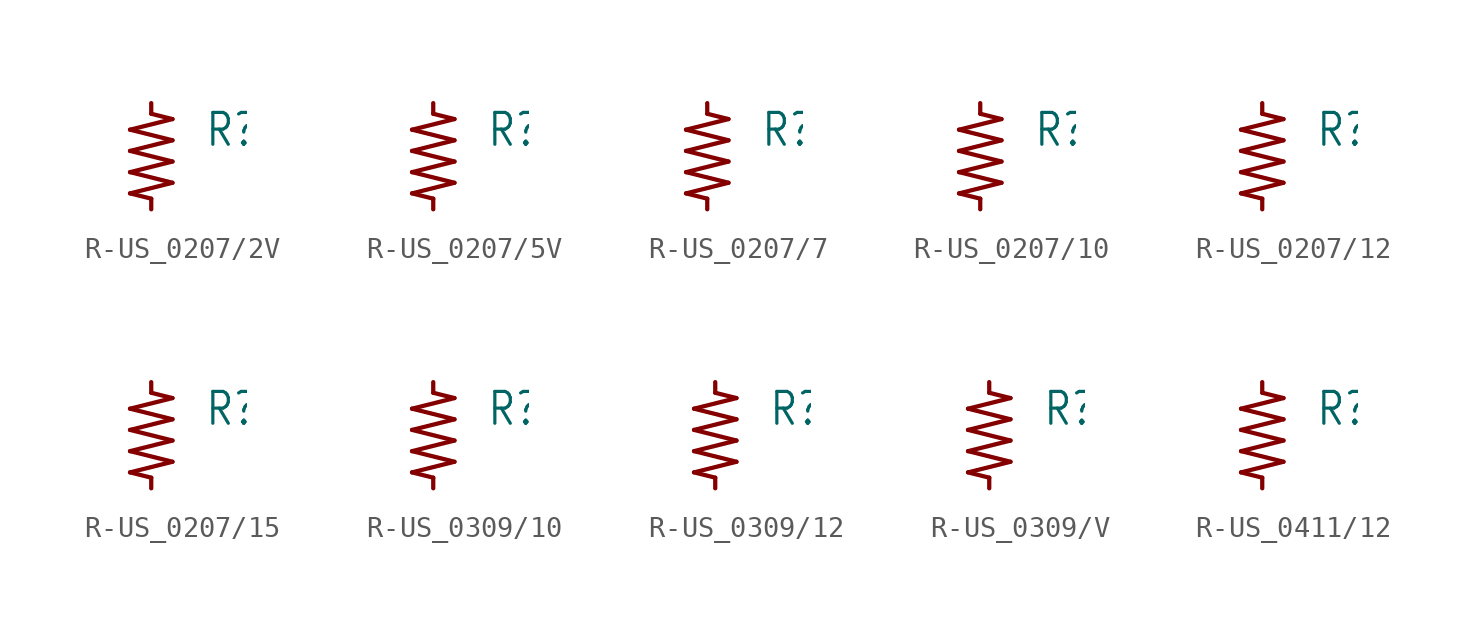
<source format=kicad_sym>
(kicad_symbol_lib
  (version 20220914)
  (generator kicad_symbol_editor)
  (symbol "R-US_0207/2V"
    (property "Reference" "R"
      (at 2.54 1.27 0)
      (effects (font (size 1.524 1.295)) (justify left)))
    (property "Value" ""
      (at 2.54 -1.27 0)
      (effects (font (size 1.524 1.295)) (justify left)))
    (property "ki_locked" ""
      (at 0 0 0)
      (effects (font (size 1.27 1.27))))
    (symbol "R-US_0207/2V_1_0"
      (polyline (pts (xy -1.016 -1.778) (xy 0 -2.032)) (stroke (width 0.203) (type solid)) (fill (type none)))
      (polyline (pts (xy -1.016 -0.762) (xy 1.016 -0.254)) (stroke (width 0.203) (type solid)) (fill (type none)))
      (polyline (pts (xy -1.016 0.254) (xy 1.016 0.762)) (stroke (width 0.203) (type solid)) (fill (type none)))
      (polyline (pts (xy -1.016 1.27) (xy 1.016 1.778)) (stroke (width 0.203) (type solid)) (fill (type none)))
      (polyline (pts (xy 0 -2.032) (xy 0 -2.54)) (stroke (width 0.203) (type solid)) (fill (type none)))
      (polyline (pts (xy 0 2.032) (xy 0 2.54)) (stroke (width 0.203) (type solid)) (fill (type none)))
      (polyline (pts (xy 1.016 -1.27) (xy -1.016 -1.778)) (stroke (width 0.203) (type solid)) (fill (type none)))
      (polyline (pts (xy 1.016 -1.27) (xy -1.016 -0.762)) (stroke (width 0.203) (type solid)) (fill (type none)))
      (polyline (pts (xy 1.016 -0.254) (xy -1.016 0.254)) (stroke (width 0.203) (type solid)) (fill (type none)))
      (polyline (pts (xy 1.016 0.762) (xy -1.016 1.27)) (stroke (width 0.203) (type solid)) (fill (type none)))
      (polyline (pts (xy 1.016 1.778) (xy 0 2.032)) (stroke (width 0.203) (type solid)) (fill (type none)))
      (pin passive line (at 0 -2.54 90) (length 0) (name "1" (effects (font (size 0 0)))) (number "1" (effects (font (size 0 0)))))
      (pin passive line (at 0 2.54 270) (length 0) (name "2" (effects (font (size 0 0)))) (number "2" (effects (font (size 0 0)))))))
  (symbol "R-US_0207/5V"
    (property "Reference" "R"
      (at 2.54 1.27 0)
      (effects (font (size 1.524 1.295)) (justify left)))
    (property "Value" ""
      (at 2.54 -1.27 0)
      (effects (font (size 1.524 1.295)) (justify left)))
    (property "ki_locked" ""
      (at 0 0 0)
      (effects (font (size 1.27 1.27))))
    (symbol "R-US_0207/5V_1_0"
      (polyline (pts (xy -1.016 -1.778) (xy 0 -2.032)) (stroke (width 0.203) (type solid)) (fill (type none)))
      (polyline (pts (xy -1.016 -0.762) (xy 1.016 -0.254)) (stroke (width 0.203) (type solid)) (fill (type none)))
      (polyline (pts (xy -1.016 0.254) (xy 1.016 0.762)) (stroke (width 0.203) (type solid)) (fill (type none)))
      (polyline (pts (xy -1.016 1.27) (xy 1.016 1.778)) (stroke (width 0.203) (type solid)) (fill (type none)))
      (polyline (pts (xy 0 -2.032) (xy 0 -2.54)) (stroke (width 0.203) (type solid)) (fill (type none)))
      (polyline (pts (xy 0 2.032) (xy 0 2.54)) (stroke (width 0.203) (type solid)) (fill (type none)))
      (polyline (pts (xy 1.016 -1.27) (xy -1.016 -1.778)) (stroke (width 0.203) (type solid)) (fill (type none)))
      (polyline (pts (xy 1.016 -1.27) (xy -1.016 -0.762)) (stroke (width 0.203) (type solid)) (fill (type none)))
      (polyline (pts (xy 1.016 -0.254) (xy -1.016 0.254)) (stroke (width 0.203) (type solid)) (fill (type none)))
      (polyline (pts (xy 1.016 0.762) (xy -1.016 1.27)) (stroke (width 0.203) (type solid)) (fill (type none)))
      (polyline (pts (xy 1.016 1.778) (xy 0 2.032)) (stroke (width 0.203) (type solid)) (fill (type none)))
      (pin passive line (at 0 -2.54 90) (length 0) (name "1" (effects (font (size 0 0)))) (number "1" (effects (font (size 0 0)))))
      (pin passive line (at 0 2.54 270) (length 0) (name "2" (effects (font (size 0 0)))) (number "2" (effects (font (size 0 0)))))))
  (symbol "R-US_0207/7"
    (property "Reference" "R"
      (at 2.54 1.27 0)
      (effects (font (size 1.524 1.295)) (justify left)))
    (property "Value" ""
      (at 2.54 -1.27 0)
      (effects (font (size 1.524 1.295)) (justify left)))
    (property "ki_locked" ""
      (at 0 0 0)
      (effects (font (size 1.27 1.27))))
    (symbol "R-US_0207/7_1_0"
      (polyline (pts (xy -1.016 -1.778) (xy 0 -2.032)) (stroke (width 0.203) (type solid)) (fill (type none)))
      (polyline (pts (xy -1.016 -0.762) (xy 1.016 -0.254)) (stroke (width 0.203) (type solid)) (fill (type none)))
      (polyline (pts (xy -1.016 0.254) (xy 1.016 0.762)) (stroke (width 0.203) (type solid)) (fill (type none)))
      (polyline (pts (xy -1.016 1.27) (xy 1.016 1.778)) (stroke (width 0.203) (type solid)) (fill (type none)))
      (polyline (pts (xy 0 -2.032) (xy 0 -2.54)) (stroke (width 0.203) (type solid)) (fill (type none)))
      (polyline (pts (xy 0 2.032) (xy 0 2.54)) (stroke (width 0.203) (type solid)) (fill (type none)))
      (polyline (pts (xy 1.016 -1.27) (xy -1.016 -1.778)) (stroke (width 0.203) (type solid)) (fill (type none)))
      (polyline (pts (xy 1.016 -1.27) (xy -1.016 -0.762)) (stroke (width 0.203) (type solid)) (fill (type none)))
      (polyline (pts (xy 1.016 -0.254) (xy -1.016 0.254)) (stroke (width 0.203) (type solid)) (fill (type none)))
      (polyline (pts (xy 1.016 0.762) (xy -1.016 1.27)) (stroke (width 0.203) (type solid)) (fill (type none)))
      (polyline (pts (xy 1.016 1.778) (xy 0 2.032)) (stroke (width 0.203) (type solid)) (fill (type none)))
      (pin passive line (at 0 -2.54 90) (length 0) (name "1" (effects (font (size 0 0)))) (number "1" (effects (font (size 0 0)))))
      (pin passive line (at 0 2.54 270) (length 0) (name "2" (effects (font (size 0 0)))) (number "2" (effects (font (size 0 0)))))))
  (symbol "R-US_0207/10"
    (property "Reference" "R"
      (at 2.54 1.27 0)
      (effects (font (size 1.524 1.295)) (justify left)))
    (property "Value" ""
      (at 2.54 -1.27 0)
      (effects (font (size 1.524 1.295)) (justify left)))
    (property "ki_locked" ""
      (at 0 0 0)
      (effects (font (size 1.27 1.27))))
    (symbol "R-US_0207/10_1_0"
      (polyline (pts (xy -1.016 -1.778) (xy 0 -2.032)) (stroke (width 0.203) (type solid)) (fill (type none)))
      (polyline (pts (xy -1.016 -0.762) (xy 1.016 -0.254)) (stroke (width 0.203) (type solid)) (fill (type none)))
      (polyline (pts (xy -1.016 0.254) (xy 1.016 0.762)) (stroke (width 0.203) (type solid)) (fill (type none)))
      (polyline (pts (xy -1.016 1.27) (xy 1.016 1.778)) (stroke (width 0.203) (type solid)) (fill (type none)))
      (polyline (pts (xy 0 -2.032) (xy 0 -2.54)) (stroke (width 0.203) (type solid)) (fill (type none)))
      (polyline (pts (xy 0 2.032) (xy 0 2.54)) (stroke (width 0.203) (type solid)) (fill (type none)))
      (polyline (pts (xy 1.016 -1.27) (xy -1.016 -1.778)) (stroke (width 0.203) (type solid)) (fill (type none)))
      (polyline (pts (xy 1.016 -1.27) (xy -1.016 -0.762)) (stroke (width 0.203) (type solid)) (fill (type none)))
      (polyline (pts (xy 1.016 -0.254) (xy -1.016 0.254)) (stroke (width 0.203) (type solid)) (fill (type none)))
      (polyline (pts (xy 1.016 0.762) (xy -1.016 1.27)) (stroke (width 0.203) (type solid)) (fill (type none)))
      (polyline (pts (xy 1.016 1.778) (xy 0 2.032)) (stroke (width 0.203) (type solid)) (fill (type none)))
      (pin passive line (at 0 -2.54 90) (length 0) (name "1" (effects (font (size 0 0)))) (number "1" (effects (font (size 0 0)))))
      (pin passive line (at 0 2.54 270) (length 0) (name "2" (effects (font (size 0 0)))) (number "2" (effects (font (size 0 0)))))))
  (symbol "R-US_0207/12"
    (property "Reference" "R"
      (at 2.54 1.27 0)
      (effects (font (size 1.524 1.295)) (justify left)))
    (property "Value" ""
      (at 2.54 -1.27 0)
      (effects (font (size 1.524 1.295)) (justify left)))
    (property "ki_locked" ""
      (at 0 0 0)
      (effects (font (size 1.27 1.27))))
    (symbol "R-US_0207/12_1_0"
      (polyline (pts (xy -1.016 -1.778) (xy 0 -2.032)) (stroke (width 0.203) (type solid)) (fill (type none)))
      (polyline (pts (xy -1.016 -0.762) (xy 1.016 -0.254)) (stroke (width 0.203) (type solid)) (fill (type none)))
      (polyline (pts (xy -1.016 0.254) (xy 1.016 0.762)) (stroke (width 0.203) (type solid)) (fill (type none)))
      (polyline (pts (xy -1.016 1.27) (xy 1.016 1.778)) (stroke (width 0.203) (type solid)) (fill (type none)))
      (polyline (pts (xy 0 -2.032) (xy 0 -2.54)) (stroke (width 0.203) (type solid)) (fill (type none)))
      (polyline (pts (xy 0 2.032) (xy 0 2.54)) (stroke (width 0.203) (type solid)) (fill (type none)))
      (polyline (pts (xy 1.016 -1.27) (xy -1.016 -1.778)) (stroke (width 0.203) (type solid)) (fill (type none)))
      (polyline (pts (xy 1.016 -1.27) (xy -1.016 -0.762)) (stroke (width 0.203) (type solid)) (fill (type none)))
      (polyline (pts (xy 1.016 -0.254) (xy -1.016 0.254)) (stroke (width 0.203) (type solid)) (fill (type none)))
      (polyline (pts (xy 1.016 0.762) (xy -1.016 1.27)) (stroke (width 0.203) (type solid)) (fill (type none)))
      (polyline (pts (xy 1.016 1.778) (xy 0 2.032)) (stroke (width 0.203) (type solid)) (fill (type none)))
      (pin passive line (at 0 -2.54 90) (length 0) (name "1" (effects (font (size 0 0)))) (number "1" (effects (font (size 0 0)))))
      (pin passive line (at 0 2.54 270) (length 0) (name "2" (effects (font (size 0 0)))) (number "2" (effects (font (size 0 0)))))))
  (symbol "R-US_0207/15"
    (property "Reference" "R"
      (at 2.54 1.27 0)
      (effects (font (size 1.524 1.295)) (justify left)))
    (property "Value" ""
      (at 2.54 -1.27 0)
      (effects (font (size 1.524 1.295)) (justify left)))
    (property "ki_locked" ""
      (at 0 0 0)
      (effects (font (size 1.27 1.27))))
    (symbol "R-US_0207/15_1_0"
      (polyline (pts (xy -1.016 -1.778) (xy 0 -2.032)) (stroke (width 0.203) (type solid)) (fill (type none)))
      (polyline (pts (xy -1.016 -0.762) (xy 1.016 -0.254)) (stroke (width 0.203) (type solid)) (fill (type none)))
      (polyline (pts (xy -1.016 0.254) (xy 1.016 0.762)) (stroke (width 0.203) (type solid)) (fill (type none)))
      (polyline (pts (xy -1.016 1.27) (xy 1.016 1.778)) (stroke (width 0.203) (type solid)) (fill (type none)))
      (polyline (pts (xy 0 -2.032) (xy 0 -2.54)) (stroke (width 0.203) (type solid)) (fill (type none)))
      (polyline (pts (xy 0 2.032) (xy 0 2.54)) (stroke (width 0.203) (type solid)) (fill (type none)))
      (polyline (pts (xy 1.016 -1.27) (xy -1.016 -1.778)) (stroke (width 0.203) (type solid)) (fill (type none)))
      (polyline (pts (xy 1.016 -1.27) (xy -1.016 -0.762)) (stroke (width 0.203) (type solid)) (fill (type none)))
      (polyline (pts (xy 1.016 -0.254) (xy -1.016 0.254)) (stroke (width 0.203) (type solid)) (fill (type none)))
      (polyline (pts (xy 1.016 0.762) (xy -1.016 1.27)) (stroke (width 0.203) (type solid)) (fill (type none)))
      (polyline (pts (xy 1.016 1.778) (xy 0 2.032)) (stroke (width 0.203) (type solid)) (fill (type none)))
      (pin passive line (at 0 -2.54 90) (length 0) (name "1" (effects (font (size 0 0)))) (number "1" (effects (font (size 0 0)))))
      (pin passive line (at 0 2.54 270) (length 0) (name "2" (effects (font (size 0 0)))) (number "2" (effects (font (size 0 0)))))))
  (symbol "R-US_0309/10"
    (property "Reference" "R"
      (at 2.54 1.27 0)
      (effects (font (size 1.524 1.295)) (justify left)))
    (property "Value" ""
      (at 2.54 -1.27 0)
      (effects (font (size 1.524 1.295)) (justify left)))
    (property "ki_locked" ""
      (at 0 0 0)
      (effects (font (size 1.27 1.27))))
    (symbol "R-US_0309/10_1_0"
      (polyline (pts (xy -1.016 -1.778) (xy 0 -2.032)) (stroke (width 0.203) (type solid)) (fill (type none)))
      (polyline (pts (xy -1.016 -0.762) (xy 1.016 -0.254)) (stroke (width 0.203) (type solid)) (fill (type none)))
      (polyline (pts (xy -1.016 0.254) (xy 1.016 0.762)) (stroke (width 0.203) (type solid)) (fill (type none)))
      (polyline (pts (xy -1.016 1.27) (xy 1.016 1.778)) (stroke (width 0.203) (type solid)) (fill (type none)))
      (polyline (pts (xy 0 -2.032) (xy 0 -2.54)) (stroke (width 0.203) (type solid)) (fill (type none)))
      (polyline (pts (xy 0 2.032) (xy 0 2.54)) (stroke (width 0.203) (type solid)) (fill (type none)))
      (polyline (pts (xy 1.016 -1.27) (xy -1.016 -1.778)) (stroke (width 0.203) (type solid)) (fill (type none)))
      (polyline (pts (xy 1.016 -1.27) (xy -1.016 -0.762)) (stroke (width 0.203) (type solid)) (fill (type none)))
      (polyline (pts (xy 1.016 -0.254) (xy -1.016 0.254)) (stroke (width 0.203) (type solid)) (fill (type none)))
      (polyline (pts (xy 1.016 0.762) (xy -1.016 1.27)) (stroke (width 0.203) (type solid)) (fill (type none)))
      (polyline (pts (xy 1.016 1.778) (xy 0 2.032)) (stroke (width 0.203) (type solid)) (fill (type none)))
      (pin passive line (at 0 -2.54 90) (length 0) (name "1" (effects (font (size 0 0)))) (number "1" (effects (font (size 0 0)))))
      (pin passive line (at 0 2.54 270) (length 0) (name "2" (effects (font (size 0 0)))) (number "2" (effects (font (size 0 0)))))))
  (symbol "R-US_0309/12"
    (property "Reference" "R"
      (at 2.54 1.27 0)
      (effects (font (size 1.524 1.295)) (justify left)))
    (property "Value" ""
      (at 2.54 -1.27 0)
      (effects (font (size 1.524 1.295)) (justify left)))
    (property "ki_locked" ""
      (at 0 0 0)
      (effects (font (size 1.27 1.27))))
    (symbol "R-US_0309/12_1_0"
      (polyline (pts (xy -1.016 -1.778) (xy 0 -2.032)) (stroke (width 0.203) (type solid)) (fill (type none)))
      (polyline (pts (xy -1.016 -0.762) (xy 1.016 -0.254)) (stroke (width 0.203) (type solid)) (fill (type none)))
      (polyline (pts (xy -1.016 0.254) (xy 1.016 0.762)) (stroke (width 0.203) (type solid)) (fill (type none)))
      (polyline (pts (xy -1.016 1.27) (xy 1.016 1.778)) (stroke (width 0.203) (type solid)) (fill (type none)))
      (polyline (pts (xy 0 -2.032) (xy 0 -2.54)) (stroke (width 0.203) (type solid)) (fill (type none)))
      (polyline (pts (xy 0 2.032) (xy 0 2.54)) (stroke (width 0.203) (type solid)) (fill (type none)))
      (polyline (pts (xy 1.016 -1.27) (xy -1.016 -1.778)) (stroke (width 0.203) (type solid)) (fill (type none)))
      (polyline (pts (xy 1.016 -1.27) (xy -1.016 -0.762)) (stroke (width 0.203) (type solid)) (fill (type none)))
      (polyline (pts (xy 1.016 -0.254) (xy -1.016 0.254)) (stroke (width 0.203) (type solid)) (fill (type none)))
      (polyline (pts (xy 1.016 0.762) (xy -1.016 1.27)) (stroke (width 0.203) (type solid)) (fill (type none)))
      (polyline (pts (xy 1.016 1.778) (xy 0 2.032)) (stroke (width 0.203) (type solid)) (fill (type none)))
      (pin passive line (at 0 -2.54 90) (length 0) (name "1" (effects (font (size 0 0)))) (number "1" (effects (font (size 0 0)))))
      (pin passive line (at 0 2.54 270) (length 0) (name "2" (effects (font (size 0 0)))) (number "2" (effects (font (size 0 0)))))))
  (symbol "R-US_0309/V"
    (property "Reference" "R"
      (at 2.54 1.27 0)
      (effects (font (size 1.524 1.295)) (justify left)))
    (property "Value" ""
      (at 2.54 -1.27 0)
      (effects (font (size 1.524 1.295)) (justify left)))
    (property "ki_locked" ""
      (at 0 0 0)
      (effects (font (size 1.27 1.27))))
    (symbol "R-US_0309/V_1_0"
      (polyline (pts (xy -1.016 -1.778) (xy 0 -2.032)) (stroke (width 0.203) (type solid)) (fill (type none)))
      (polyline (pts (xy -1.016 -0.762) (xy 1.016 -0.254)) (stroke (width 0.203) (type solid)) (fill (type none)))
      (polyline (pts (xy -1.016 0.254) (xy 1.016 0.762)) (stroke (width 0.203) (type solid)) (fill (type none)))
      (polyline (pts (xy -1.016 1.27) (xy 1.016 1.778)) (stroke (width 0.203) (type solid)) (fill (type none)))
      (polyline (pts (xy 0 -2.032) (xy 0 -2.54)) (stroke (width 0.203) (type solid)) (fill (type none)))
      (polyline (pts (xy 0 2.032) (xy 0 2.54)) (stroke (width 0.203) (type solid)) (fill (type none)))
      (polyline (pts (xy 1.016 -1.27) (xy -1.016 -1.778)) (stroke (width 0.203) (type solid)) (fill (type none)))
      (polyline (pts (xy 1.016 -1.27) (xy -1.016 -0.762)) (stroke (width 0.203) (type solid)) (fill (type none)))
      (polyline (pts (xy 1.016 -0.254) (xy -1.016 0.254)) (stroke (width 0.203) (type solid)) (fill (type none)))
      (polyline (pts (xy 1.016 0.762) (xy -1.016 1.27)) (stroke (width 0.203) (type solid)) (fill (type none)))
      (polyline (pts (xy 1.016 1.778) (xy 0 2.032)) (stroke (width 0.203) (type solid)) (fill (type none)))
      (pin passive line (at 0 -2.54 90) (length 0) (name "1" (effects (font (size 0 0)))) (number "1" (effects (font (size 0 0)))))
      (pin passive line (at 0 2.54 270) (length 0) (name "2" (effects (font (size 0 0)))) (number "2" (effects (font (size 0 0)))))))
  (symbol "R-US_0411/12"
    (property "Reference" "R"
      (at 2.54 1.27 0)
      (effects (font (size 1.524 1.295)) (justify left)))
    (property "Value" ""
      (at 2.54 -1.27 0)
      (effects (font (size 1.524 1.295)) (justify left)))
    (property "ki_locked" ""
      (at 0 0 0)
      (effects (font (size 1.27 1.27))))
    (symbol "R-US_0411/12_1_0"
      (polyline (pts (xy -1.016 -1.778) (xy 0 -2.032)) (stroke (width 0.203) (type solid)) (fill (type none)))
      (polyline (pts (xy -1.016 -0.762) (xy 1.016 -0.254)) (stroke (width 0.203) (type solid)) (fill (type none)))
      (polyline (pts (xy -1.016 0.254) (xy 1.016 0.762)) (stroke (width 0.203) (type solid)) (fill (type none)))
      (polyline (pts (xy -1.016 1.27) (xy 1.016 1.778)) (stroke (width 0.203) (type solid)) (fill (type none)))
      (polyline (pts (xy 0 -2.032) (xy 0 -2.54)) (stroke (width 0.203) (type solid)) (fill (type none)))
      (polyline (pts (xy 0 2.032) (xy 0 2.54)) (stroke (width 0.203) (type solid)) (fill (type none)))
      (polyline (pts (xy 1.016 -1.27) (xy -1.016 -1.778)) (stroke (width 0.203) (type solid)) (fill (type none)))
      (polyline (pts (xy 1.016 -1.27) (xy -1.016 -0.762)) (stroke (width 0.203) (type solid)) (fill (type none)))
      (polyline (pts (xy 1.016 -0.254) (xy -1.016 0.254)) (stroke (width 0.203) (type solid)) (fill (type none)))
      (polyline (pts (xy 1.016 0.762) (xy -1.016 1.27)) (stroke (width 0.203) (type solid)) (fill (type none)))
      (polyline (pts (xy 1.016 1.778) (xy 0 2.032)) (stroke (width 0.203) (type solid)) (fill (type none)))
      (pin passive line (at 0 -2.54 90) (length 0) (name "1" (effects (font (size 0 0)))) (number "1" (effects (font (size 0 0)))))
      (pin passive line (at 0 2.54 270) (length 0) (name "2" (effects (font (size 0 0)))) (number "2" (effects (font (size 0 0))))))))
</source>
